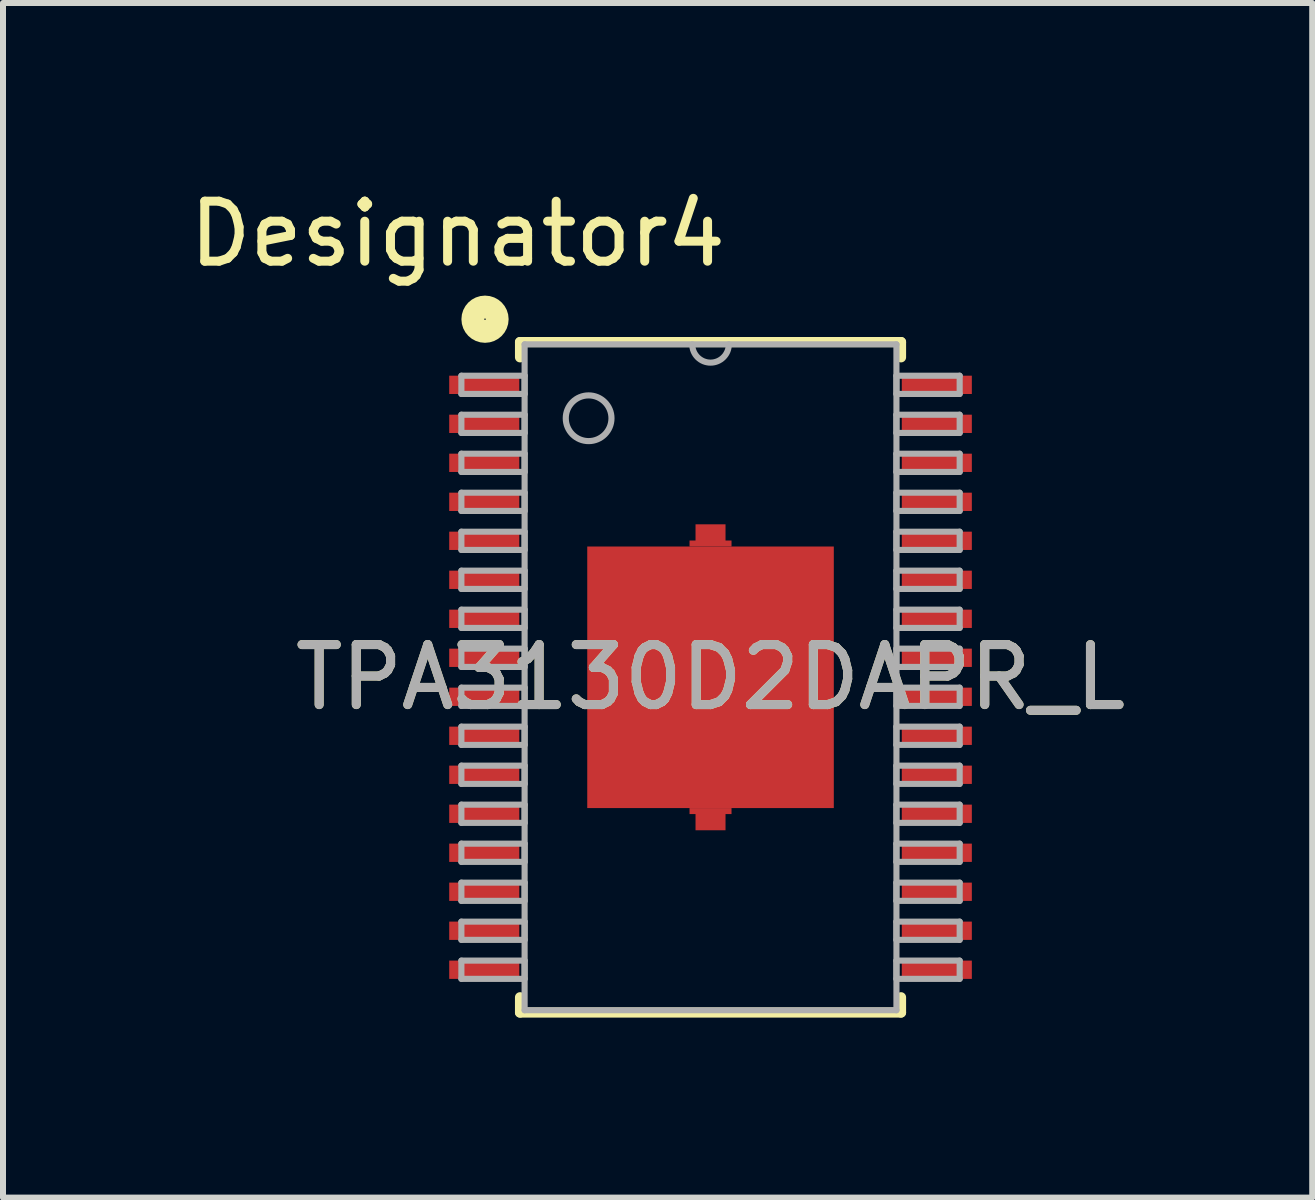
<source format=kicad_pcb>
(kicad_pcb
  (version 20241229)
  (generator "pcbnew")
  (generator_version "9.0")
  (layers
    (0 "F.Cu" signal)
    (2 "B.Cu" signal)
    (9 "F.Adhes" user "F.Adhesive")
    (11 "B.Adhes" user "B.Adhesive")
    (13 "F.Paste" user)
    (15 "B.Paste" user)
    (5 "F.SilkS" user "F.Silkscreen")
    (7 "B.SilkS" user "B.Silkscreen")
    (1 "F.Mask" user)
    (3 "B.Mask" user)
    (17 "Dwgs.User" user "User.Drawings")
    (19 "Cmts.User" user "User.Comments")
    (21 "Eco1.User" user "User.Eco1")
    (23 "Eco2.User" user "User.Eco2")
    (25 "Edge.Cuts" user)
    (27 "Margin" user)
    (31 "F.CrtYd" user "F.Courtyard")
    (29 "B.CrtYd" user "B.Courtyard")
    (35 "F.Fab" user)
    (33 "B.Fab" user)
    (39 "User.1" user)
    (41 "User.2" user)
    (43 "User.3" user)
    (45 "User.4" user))
  (footprint "TPA3130D2DAPR_L"
    (layer "F.Cu")
    (at 8.794 8.24)
    (property "Reference" "TPA3130D2DAPR_L" (at 0 0 0) (unlocked yes) (layer "F.SilkS") (effects (font (size 1 1) (thickness 0.15))))
    (attr smd)
    (fp_poly (pts (xy 0.35 -2.18) (xy -0.35 -2.18) (xy -0.35 -2.28) (xy -0.25 -2.28) (xy -0.25 -2.55) (xy 0.25 -2.55) (xy 0.25 -2.28) (xy 0.35 -2.28)) (stroke (width 0) (type solid)) (fill yes) (layer "F.Cu"))
    (fp_poly (pts (xy 0.35 2.18) (xy -0.35 2.18) (xy -0.35 2.28) (xy -0.25 2.28) (xy -0.25 2.55) (xy 0.25 2.55) (xy 0.25 2.28) (xy 0.35 2.28)) (stroke (width 0) (type solid)) (fill yes) (layer "F.Cu"))
    (fp_line (start -3.175 -5.588) (end 3.175 -5.588) (stroke (width 0.17) (type solid)) (layer "F.SilkS"))
    (fp_line (start -3.175 -5.334) (end -3.175 -5.588) (stroke (width 0.17) (type solid)) (layer "F.SilkS"))
    (fp_line (start -3.175 5.588) (end -3.175 5.334) (stroke (width 0.17) (type solid)) (layer "F.SilkS"))
    (fp_line (start -3.175 5.588) (end 3.175 5.588) (stroke (width 0.17) (type solid)) (layer "F.SilkS"))
    (fp_line (start 3.175 -5.334) (end 3.175 -5.588) (stroke (width 0.17) (type solid)) (layer "F.SilkS"))
    (fp_line (start 3.175 5.588) (end 3.175 5.334) (stroke (width 0.17) (type solid)) (layer "F.SilkS"))
    (fp_circle (center -3.759 -5.969) (end -3.556 -5.969) (stroke (width 0.381) (type solid)) (fill no) (layer "F.SilkS"))
    (fp_line (start -4.153 -5.027) (end -3.099 -5.027) (stroke (width 0.102) (type solid)) (layer "F.Fab"))
    (fp_line (start -4.153 -4.723) (end -4.153 -5.027) (stroke (width 0.102) (type solid)) (layer "F.Fab"))
    (fp_line (start -4.153 -4.723) (end -3.099 -4.723) (stroke (width 0.102) (type solid)) (layer "F.Fab"))
    (fp_line (start -4.153 -4.377) (end -3.099 -4.377) (stroke (width 0.102) (type solid)) (layer "F.Fab"))
    (fp_line (start -4.153 -4.073) (end -4.153 -4.377) (stroke (width 0.102) (type solid)) (layer "F.Fab"))
    (fp_line (start -4.153 -4.073) (end -3.099 -4.073) (stroke (width 0.102) (type solid)) (layer "F.Fab"))
    (fp_line (start -4.153 -3.727) (end -3.099 -3.727) (stroke (width 0.102) (type solid)) (layer "F.Fab"))
    (fp_line (start -4.153 -3.423) (end -4.153 -3.727) (stroke (width 0.102) (type solid)) (layer "F.Fab"))
    (fp_line (start -4.153 -3.423) (end -3.099 -3.423) (stroke (width 0.102) (type solid)) (layer "F.Fab"))
    (fp_line (start -4.153 -3.077) (end -3.099 -3.077) (stroke (width 0.102) (type solid)) (layer "F.Fab"))
    (fp_line (start -4.153 -2.773) (end -4.153 -3.077) (stroke (width 0.102) (type solid)) (layer "F.Fab"))
    (fp_line (start -4.153 -2.773) (end -3.099 -2.773) (stroke (width 0.102) (type solid)) (layer "F.Fab"))
    (fp_line (start -4.153 -2.427) (end -3.099 -2.427) (stroke (width 0.102) (type solid)) (layer "F.Fab"))
    (fp_line (start -4.153 -2.123) (end -4.153 -2.427) (stroke (width 0.102) (type solid)) (layer "F.Fab"))
    (fp_line (start -4.153 -2.123) (end -3.099 -2.123) (stroke (width 0.102) (type solid)) (layer "F.Fab"))
    (fp_line (start -4.153 -1.777) (end -3.099 -1.777) (stroke (width 0.102) (type solid)) (layer "F.Fab"))
    (fp_line (start -4.153 -1.473) (end -4.153 -1.777) (stroke (width 0.102) (type solid)) (layer "F.Fab"))
    (fp_line (start -4.153 -1.473) (end -3.099 -1.473) (stroke (width 0.102) (type solid)) (layer "F.Fab"))
    (fp_line (start -4.153 -1.127) (end -3.099 -1.127) (stroke (width 0.102) (type solid)) (layer "F.Fab"))
    (fp_line (start -4.153 -0.823) (end -4.153 -1.127) (stroke (width 0.102) (type solid)) (layer "F.Fab"))
    (fp_line (start -4.153 -0.823) (end -3.099 -0.823) (stroke (width 0.102) (type solid)) (layer "F.Fab"))
    (fp_line (start -4.153 -0.477) (end -3.099 -0.477) (stroke (width 0.102) (type solid)) (layer "F.Fab"))
    (fp_line (start -4.153 -0.173) (end -4.153 -0.477) (stroke (width 0.102) (type solid)) (layer "F.Fab"))
    (fp_line (start -4.153 -0.173) (end -3.099 -0.173) (stroke (width 0.102) (type solid)) (layer "F.Fab"))
    (fp_line (start -4.153 0.173) (end -3.099 0.173) (stroke (width 0.102) (type solid)) (layer "F.Fab"))
    (fp_line (start -4.153 0.477) (end -4.153 0.173) (stroke (width 0.102) (type solid)) (layer "F.Fab"))
    (fp_line (start -4.153 0.477) (end -3.099 0.477) (stroke (width 0.102) (type solid)) (layer "F.Fab"))
    (fp_line (start -4.153 0.823) (end -3.099 0.823) (stroke (width 0.102) (type solid)) (layer "F.Fab"))
    (fp_line (start -4.153 1.127) (end -4.153 0.823) (stroke (width 0.102) (type solid)) (layer "F.Fab"))
    (fp_line (start -4.153 1.127) (end -3.099 1.127) (stroke (width 0.102) (type solid)) (layer "F.Fab"))
    (fp_line (start -4.153 1.473) (end -3.099 1.473) (stroke (width 0.102) (type solid)) (layer "F.Fab"))
    (fp_line (start -4.153 1.777) (end -4.153 1.473) (stroke (width 0.102) (type solid)) (layer "F.Fab"))
    (fp_line (start -4.153 1.777) (end -3.099 1.777) (stroke (width 0.102) (type solid)) (layer "F.Fab"))
    (fp_line (start -4.153 2.123) (end -3.099 2.123) (stroke (width 0.102) (type solid)) (layer "F.Fab"))
    (fp_line (start -4.153 2.427) (end -4.153 2.123) (stroke (width 0.102) (type solid)) (layer "F.Fab"))
    (fp_line (start -4.153 2.427) (end -3.099 2.427) (stroke (width 0.102) (type solid)) (layer "F.Fab"))
    (fp_line (start -4.153 2.773) (end -3.099 2.773) (stroke (width 0.102) (type solid)) (layer "F.Fab"))
    (fp_line (start -4.153 3.077) (end -4.153 2.773) (stroke (width 0.102) (type solid)) (layer "F.Fab"))
    (fp_line (start -4.153 3.077) (end -3.099 3.077) (stroke (width 0.102) (type solid)) (layer "F.Fab"))
    (fp_line (start -4.153 3.423) (end -3.099 3.423) (stroke (width 0.102) (type solid)) (layer "F.Fab"))
    (fp_line (start -4.153 3.727) (end -4.153 3.423) (stroke (width 0.102) (type solid)) (layer "F.Fab"))
    (fp_line (start -4.153 3.727) (end -3.099 3.727) (stroke (width 0.102) (type solid)) (layer "F.Fab"))
    (fp_line (start -4.153 4.073) (end -3.099 4.073) (stroke (width 0.102) (type solid)) (layer "F.Fab"))
    (fp_line (start -4.153 4.377) (end -4.153 4.073) (stroke (width 0.102) (type solid)) (layer "F.Fab"))
    (fp_line (start -4.153 4.377) (end -3.099 4.377) (stroke (width 0.102) (type solid)) (layer "F.Fab"))
    (fp_line (start -4.153 4.723) (end -3.099 4.723) (stroke (width 0.102) (type solid)) (layer "F.Fab"))
    (fp_line (start -4.153 5.027) (end -4.153 4.723) (stroke (width 0.102) (type solid)) (layer "F.Fab"))
    (fp_line (start -4.153 5.027) (end -3.099 5.027) (stroke (width 0.102) (type solid)) (layer "F.Fab"))
    (fp_line (start -3.099 -5.55) (end 3.099 -5.55) (stroke (width 0.102) (type solid)) (layer "F.Fab"))
    (fp_line (start -3.099 -4.723) (end -3.099 -5.027) (stroke (width 0.102) (type solid)) (layer "F.Fab"))
    (fp_line (start -3.099 -4.073) (end -3.099 -4.377) (stroke (width 0.102) (type solid)) (layer "F.Fab"))
    (fp_line (start -3.099 -3.423) (end -3.099 -3.727) (stroke (width 0.102) (type solid)) (layer "F.Fab"))
    (fp_line (start -3.099 -2.773) (end -3.099 -3.077) (stroke (width 0.102) (type solid)) (layer "F.Fab"))
    (fp_line (start -3.099 -2.123) (end -3.099 -2.427) (stroke (width 0.102) (type solid)) (layer "F.Fab"))
    (fp_line (start -3.099 -1.473) (end -3.099 -1.777) (stroke (width 0.102) (type solid)) (layer "F.Fab"))
    (fp_line (start -3.099 -0.823) (end -3.099 -1.127) (stroke (width 0.102) (type solid)) (layer "F.Fab"))
    (fp_line (start -3.099 -0.173) (end -3.099 -0.477) (stroke (width 0.102) (type solid)) (layer "F.Fab"))
    (fp_line (start -3.099 0.477) (end -3.099 0.173) (stroke (width 0.102) (type solid)) (layer "F.Fab"))
    (fp_line (start -3.099 1.127) (end -3.099 0.823) (stroke (width 0.102) (type solid)) (layer "F.Fab"))
    (fp_line (start -3.099 1.777) (end -3.099 1.473) (stroke (width 0.102) (type solid)) (layer "F.Fab"))
    (fp_line (start -3.099 2.427) (end -3.099 2.123) (stroke (width 0.102) (type solid)) (layer "F.Fab"))
    (fp_line (start -3.099 3.077) (end -3.099 2.773) (stroke (width 0.102) (type solid)) (layer "F.Fab"))
    (fp_line (start -3.099 3.727) (end -3.099 3.423) (stroke (width 0.102) (type solid)) (layer "F.Fab"))
    (fp_line (start -3.099 4.377) (end -3.099 4.073) (stroke (width 0.102) (type solid)) (layer "F.Fab"))
    (fp_line (start -3.099 5.027) (end -3.099 4.723) (stroke (width 0.102) (type solid)) (layer "F.Fab"))
    (fp_line (start -3.099 5.55) (end -3.099 -5.55) (stroke (width 0.102) (type solid)) (layer "F.Fab"))
    (fp_line (start -3.099 5.55) (end 3.099 5.55) (stroke (width 0.102) (type solid)) (layer "F.Fab"))
    (fp_line (start 3.099 -5.027) (end 4.153 -5.027) (stroke (width 0.102) (type solid)) (layer "F.Fab"))
    (fp_line (start 3.099 -4.723) (end 3.099 -5.027) (stroke (width 0.102) (type solid)) (layer "F.Fab"))
    (fp_line (start 3.099 -4.723) (end 4.153 -4.723) (stroke (width 0.102) (type solid)) (layer "F.Fab"))
    (fp_line (start 3.099 -4.377) (end 4.153 -4.377) (stroke (width 0.102) (type solid)) (layer "F.Fab"))
    (fp_line (start 3.099 -4.073) (end 3.099 -4.377) (stroke (width 0.102) (type solid)) (layer "F.Fab"))
    (fp_line (start 3.099 -4.073) (end 4.153 -4.073) (stroke (width 0.102) (type solid)) (layer "F.Fab"))
    (fp_line (start 3.099 -3.727) (end 4.153 -3.727) (stroke (width 0.102) (type solid)) (layer "F.Fab"))
    (fp_line (start 3.099 -3.423) (end 3.099 -3.727) (stroke (width 0.102) (type solid)) (layer "F.Fab"))
    (fp_line (start 3.099 -3.423) (end 4.153 -3.423) (stroke (width 0.102) (type solid)) (layer "F.Fab"))
    (fp_line (start 3.099 -3.077) (end 4.153 -3.077) (stroke (width 0.102) (type solid)) (layer "F.Fab"))
    (fp_line (start 3.099 -2.773) (end 3.099 -3.077) (stroke (width 0.102) (type solid)) (layer "F.Fab"))
    (fp_line (start 3.099 -2.773) (end 4.153 -2.773) (stroke (width 0.102) (type solid)) (layer "F.Fab"))
    (fp_line (start 3.099 -2.427) (end 4.153 -2.427) (stroke (width 0.102) (type solid)) (layer "F.Fab"))
    (fp_line (start 3.099 -2.123) (end 3.099 -2.427) (stroke (width 0.102) (type solid)) (layer "F.Fab"))
    (fp_line (start 3.099 -2.123) (end 4.153 -2.123) (stroke (width 0.102) (type solid)) (layer "F.Fab"))
    (fp_line (start 3.099 -1.777) (end 4.153 -1.777) (stroke (width 0.102) (type solid)) (layer "F.Fab"))
    (fp_line (start 3.099 -1.473) (end 3.099 -1.777) (stroke (width 0.102) (type solid)) (layer "F.Fab"))
    (fp_line (start 3.099 -1.473) (end 4.153 -1.473) (stroke (width 0.102) (type solid)) (layer "F.Fab"))
    (fp_line (start 3.099 -1.127) (end 4.153 -1.127) (stroke (width 0.102) (type solid)) (layer "F.Fab"))
    (fp_line (start 3.099 -0.823) (end 3.099 -1.127) (stroke (width 0.102) (type solid)) (layer "F.Fab"))
    (fp_line (start 3.099 -0.823) (end 4.153 -0.823) (stroke (width 0.102) (type solid)) (layer "F.Fab"))
    (fp_line (start 3.099 -0.477) (end 4.153 -0.477) (stroke (width 0.102) (type solid)) (layer "F.Fab"))
    (fp_line (start 3.099 -0.173) (end 3.099 -0.477) (stroke (width 0.102) (type solid)) (layer "F.Fab"))
    (fp_line (start 3.099 -0.173) (end 4.153 -0.173) (stroke (width 0.102) (type solid)) (layer "F.Fab"))
    (fp_line (start 3.099 0.173) (end 4.153 0.173) (stroke (width 0.102) (type solid)) (layer "F.Fab"))
    (fp_line (start 3.099 0.477) (end 3.099 0.173) (stroke (width 0.102) (type solid)) (layer "F.Fab"))
    (fp_line (start 3.099 0.477) (end 4.153 0.477) (stroke (width 0.102) (type solid)) (layer "F.Fab"))
    (fp_line (start 3.099 0.823) (end 4.153 0.823) (stroke (width 0.102) (type solid)) (layer "F.Fab"))
    (fp_line (start 3.099 1.127) (end 3.099 0.823) (stroke (width 0.102) (type solid)) (layer "F.Fab"))
    (fp_line (start 3.099 1.127) (end 4.153 1.127) (stroke (width 0.102) (type solid)) (layer "F.Fab"))
    (fp_line (start 3.099 1.473) (end 4.153 1.473) (stroke (width 0.102) (type solid)) (layer "F.Fab"))
    (fp_line (start 3.099 1.777) (end 3.099 1.473) (stroke (width 0.102) (type solid)) (layer "F.Fab"))
    (fp_line (start 3.099 1.777) (end 4.153 1.777) (stroke (width 0.102) (type solid)) (layer "F.Fab"))
    (fp_line (start 3.099 2.123) (end 4.153 2.123) (stroke (width 0.102) (type solid)) (layer "F.Fab"))
    (fp_line (start 3.099 2.427) (end 3.099 2.123) (stroke (width 0.102) (type solid)) (layer "F.Fab"))
    (fp_line (start 3.099 2.427) (end 4.153 2.427) (stroke (width 0.102) (type solid)) (layer "F.Fab"))
    (fp_line (start 3.099 2.773) (end 4.153 2.773) (stroke (width 0.102) (type solid)) (layer "F.Fab"))
    (fp_line (start 3.099 3.077) (end 3.099 2.773) (stroke (width 0.102) (type solid)) (layer "F.Fab"))
    (fp_line (start 3.099 3.077) (end 4.153 3.077) (stroke (width 0.102) (type solid)) (layer "F.Fab"))
    (fp_line (start 3.099 3.423) (end 4.153 3.423) (stroke (width 0.102) (type solid)) (layer "F.Fab"))
    (fp_line (start 3.099 3.727) (end 3.099 3.423) (stroke (width 0.102) (type solid)) (layer "F.Fab"))
    (fp_line (start 3.099 3.727) (end 4.153 3.727) (stroke (width 0.102) (type solid)) (layer "F.Fab"))
    (fp_line (start 3.099 4.073) (end 4.153 4.073) (stroke (width 0.102) (type solid)) (layer "F.Fab"))
    (fp_line (start 3.099 4.377) (end 3.099 4.073) (stroke (width 0.102) (type solid)) (layer "F.Fab"))
    (fp_line (start 3.099 4.377) (end 4.153 4.377) (stroke (width 0.102) (type solid)) (layer "F.Fab"))
    (fp_line (start 3.099 4.723) (end 4.153 4.723) (stroke (width 0.102) (type solid)) (layer "F.Fab"))
    (fp_line (start 3.099 5.027) (end 3.099 4.723) (stroke (width 0.102) (type solid)) (layer "F.Fab"))
    (fp_line (start 3.099 5.027) (end 4.153 5.027) (stroke (width 0.102) (type solid)) (layer "F.Fab"))
    (fp_line (start 3.099 5.55) (end 3.099 -5.55) (stroke (width 0.102) (type solid)) (layer "F.Fab"))
    (fp_line (start 4.153 -4.723) (end 4.153 -5.027) (stroke (width 0.102) (type solid)) (layer "F.Fab"))
    (fp_line (start 4.153 -4.073) (end 4.153 -4.377) (stroke (width 0.102) (type solid)) (layer "F.Fab"))
    (fp_line (start 4.153 -3.423) (end 4.153 -3.727) (stroke (width 0.102) (type solid)) (layer "F.Fab"))
    (fp_line (start 4.153 -2.773) (end 4.153 -3.077) (stroke (width 0.102) (type solid)) (layer "F.Fab"))
    (fp_line (start 4.153 -2.123) (end 4.153 -2.427) (stroke (width 0.102) (type solid)) (layer "F.Fab"))
    (fp_line (start 4.153 -1.473) (end 4.153 -1.777) (stroke (width 0.102) (type solid)) (layer "F.Fab"))
    (fp_line (start 4.153 -0.823) (end 4.153 -1.127) (stroke (width 0.102) (type solid)) (layer "F.Fab"))
    (fp_line (start 4.153 -0.173) (end 4.153 -0.477) (stroke (width 0.102) (type solid)) (layer "F.Fab"))
    (fp_line (start 4.153 0.477) (end 4.153 0.173) (stroke (width 0.102) (type solid)) (layer "F.Fab"))
    (fp_line (start 4.153 1.127) (end 4.153 0.823) (stroke (width 0.102) (type solid)) (layer "F.Fab"))
    (fp_line (start 4.153 1.777) (end 4.153 1.473) (stroke (width 0.102) (type solid)) (layer "F.Fab"))
    (fp_line (start 4.153 2.427) (end 4.153 2.123) (stroke (width 0.102) (type solid)) (layer "F.Fab"))
    (fp_line (start 4.153 3.077) (end 4.153 2.773) (stroke (width 0.102) (type solid)) (layer "F.Fab"))
    (fp_line (start 4.153 3.727) (end 4.153 3.423) (stroke (width 0.102) (type solid)) (layer "F.Fab"))
    (fp_line (start 4.153 4.377) (end 4.153 4.073) (stroke (width 0.102) (type solid)) (layer "F.Fab"))
    (fp_line (start 4.153 5.027) (end 4.153 4.723) (stroke (width 0.102) (type solid)) (layer "F.Fab"))
    (fp_arc (start 0.3048 -5.5499) (mid 0 -5.2451) (end -0.3048 -5.5499) (stroke (width 0.1016) (type solid)) (layer "F.Fab"))
    (fp_circle (center -2.032 -4.318) (end -1.651 -4.318) (stroke (width 0.102) (type solid)) (fill no) (layer "F.Fab"))
    (fp_text user "Designator4" (at -4.216 -7.391 0) (unlocked yes) (layer "F.SilkS") (effects (font (size 1 1) (thickness 0.15))))
    (fp_text user "${REFERENCE}" (at 0 0 0) (unlocked yes) (layer "F.Fab") (effects (font (size 1 1) (thickness 0.15))))
    (pad "1" smd rect (at -3.772 -4.875) (size 1.168 0.305) (layers "F.Cu" "F.Mask" "F.Paste"))
    (pad "2" smd rect (at -3.772 -4.225) (size 1.168 0.305) (layers "F.Cu" "F.Mask" "F.Paste"))
    (pad "3" smd rect (at -3.772 -3.575) (size 1.168 0.305) (layers "F.Cu" "F.Mask" "F.Paste"))
    (pad "4" smd rect (at -3.772 -2.925) (size 1.168 0.305) (layers "F.Cu" "F.Mask" "F.Paste"))
    (pad "5" smd rect (at -3.772 -2.275) (size 1.168 0.305) (layers "F.Cu" "F.Mask" "F.Paste"))
    (pad "6" smd rect (at -3.772 -1.625) (size 1.168 0.305) (layers "F.Cu" "F.Mask" "F.Paste"))
    (pad "7" smd rect (at -3.772 -0.975) (size 1.168 0.305) (layers "F.Cu" "F.Mask" "F.Paste"))
    (pad "8" smd rect (at -3.772 -0.325) (size 1.168 0.305) (layers "F.Cu" "F.Mask" "F.Paste"))
    (pad "9" smd rect (at -3.772 0.325) (size 1.168 0.305) (layers "F.Cu" "F.Mask" "F.Paste"))
    (pad "10" smd rect (at -3.772 0.975) (size 1.168 0.305) (layers "F.Cu" "F.Mask" "F.Paste"))
    (pad "11" smd rect (at -3.772 1.625) (size 1.168 0.305) (layers "F.Cu" "F.Mask" "F.Paste"))
    (pad "12" smd rect (at -3.772 2.275) (size 1.168 0.305) (layers "F.Cu" "F.Mask" "F.Paste"))
    (pad "13" smd rect (at -3.772 2.925) (size 1.168 0.305) (layers "F.Cu" "F.Mask" "F.Paste"))
    (pad "14" smd rect (at -3.772 3.575) (size 1.168 0.305) (layers "F.Cu" "F.Mask" "F.Paste"))
    (pad "15" smd rect (at -3.772 4.225) (size 1.168 0.305) (layers "F.Cu" "F.Mask" "F.Paste"))
    (pad "16" smd rect (at -3.772 4.875) (size 1.168 0.305) (layers "F.Cu" "F.Mask" "F.Paste"))
    (pad "17" smd rect (at 3.772 4.875) (size 1.168 0.305) (layers "F.Cu" "F.Mask" "F.Paste"))
    (pad "18" smd rect (at 3.772 4.225) (size 1.168 0.305) (layers "F.Cu" "F.Mask" "F.Paste"))
    (pad "19" smd rect (at 3.772 3.575) (size 1.168 0.305) (layers "F.Cu" "F.Mask" "F.Paste"))
    (pad "20" smd rect (at 3.772 2.925) (size 1.168 0.305) (layers "F.Cu" "F.Mask" "F.Paste"))
    (pad "21" smd rect (at 3.772 2.275) (size 1.168 0.305) (layers "F.Cu" "F.Mask" "F.Paste"))
    (pad "22" smd rect (at 3.772 1.625) (size 1.168 0.305) (layers "F.Cu" "F.Mask" "F.Paste"))
    (pad "23" smd rect (at 3.772 0.975) (size 1.168 0.305) (layers "F.Cu" "F.Mask" "F.Paste"))
    (pad "24" smd rect (at 3.772 0.325) (size 1.168 0.305) (layers "F.Cu" "F.Mask" "F.Paste"))
    (pad "25" smd rect (at 3.772 -0.325) (size 1.168 0.305) (layers "F.Cu" "F.Mask" "F.Paste"))
    (pad "26" smd rect (at 3.772 -0.975) (size 1.168 0.305) (layers "F.Cu" "F.Mask" "F.Paste"))
    (pad "27" smd rect (at 3.772 -1.625) (size 1.168 0.305) (layers "F.Cu" "F.Mask" "F.Paste"))
    (pad "28" smd rect (at 3.772 -2.275) (size 1.168 0.305) (layers "F.Cu" "F.Mask" "F.Paste"))
    (pad "29" smd rect (at 3.772 -2.925) (size 1.168 0.305) (layers "F.Cu" "F.Mask" "F.Paste"))
    (pad "30" smd rect (at 3.772 -3.575) (size 1.168 0.305) (layers "F.Cu" "F.Mask" "F.Paste"))
    (pad "31" smd rect (at 3.772 -4.225) (size 1.168 0.305) (layers "F.Cu" "F.Mask" "F.Paste"))
    (pad "32" smd rect (at 3.772 -4.875) (size 1.168 0.305) (layers "F.Cu" "F.Mask" "F.Paste"))
    (pad "33" smd rect (at 0 0) (size 4.11 4.36) (layers "F.Cu" "F.Mask" "F.Paste")))
  (gr_rect
    (start -3 -3)
    (end 18.824 16.913)
    (stroke (width 0.1) (type default))
    (fill no)
    (layer "Edge.Cuts")))
</source>
